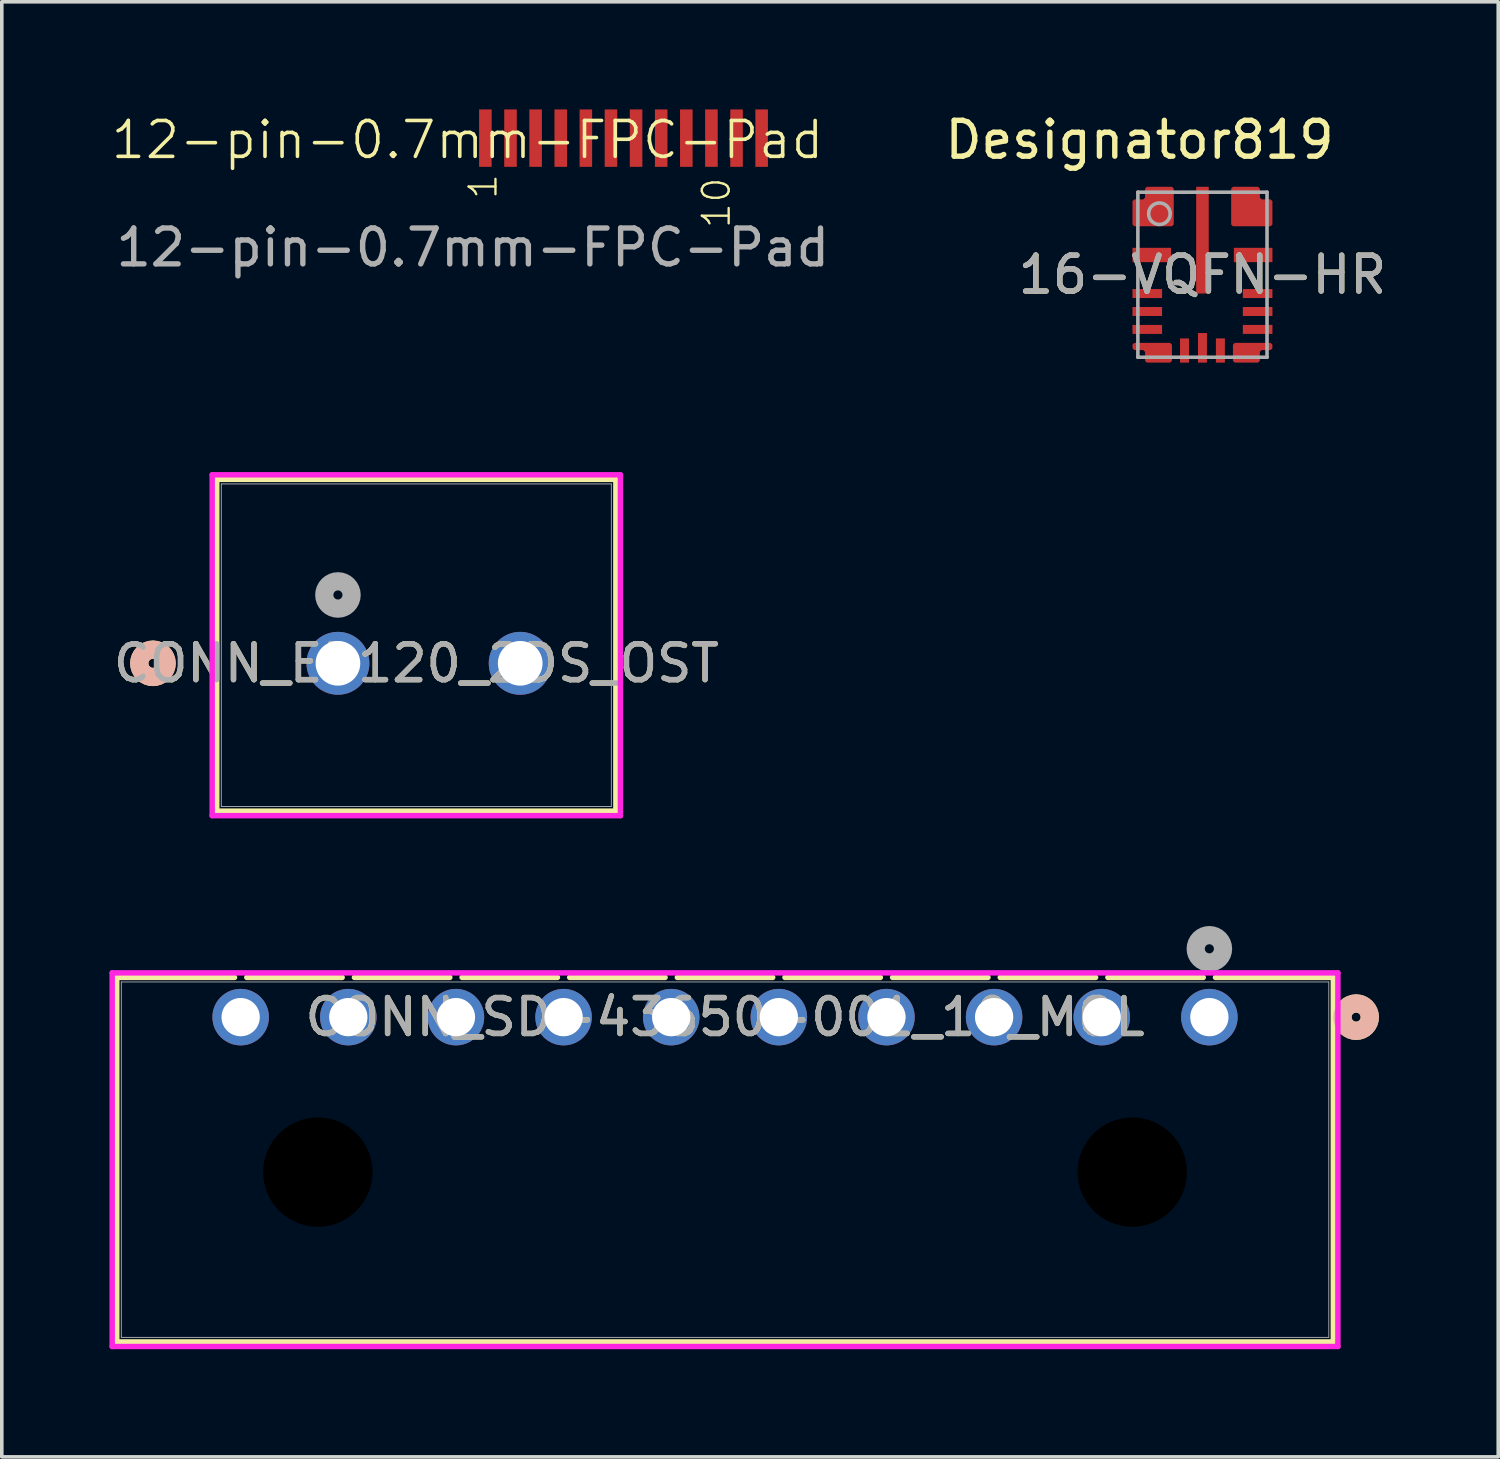
<source format=kicad_pcb>
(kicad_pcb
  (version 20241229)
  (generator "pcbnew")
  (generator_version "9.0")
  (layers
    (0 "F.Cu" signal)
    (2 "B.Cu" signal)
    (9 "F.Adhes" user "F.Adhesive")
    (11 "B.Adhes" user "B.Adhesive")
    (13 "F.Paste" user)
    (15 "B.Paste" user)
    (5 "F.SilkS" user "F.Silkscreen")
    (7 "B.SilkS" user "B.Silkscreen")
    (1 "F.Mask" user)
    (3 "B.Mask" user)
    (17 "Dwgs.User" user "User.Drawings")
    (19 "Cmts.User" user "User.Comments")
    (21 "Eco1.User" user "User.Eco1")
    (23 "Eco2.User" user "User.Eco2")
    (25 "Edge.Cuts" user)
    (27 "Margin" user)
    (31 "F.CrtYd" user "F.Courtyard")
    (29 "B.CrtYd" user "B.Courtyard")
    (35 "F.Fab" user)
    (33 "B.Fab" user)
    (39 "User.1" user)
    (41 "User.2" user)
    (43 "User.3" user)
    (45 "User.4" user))
  (footprint "CONN_ED120_2DS_OST"
    (layer "F.Cu")
    (at 6.369 15.438)
    (property "Reference" "CONN_ED120_2DS_OST" (at 2.184 0 0) (unlocked yes) (layer "F.SilkS") (effects (font (size 1 1) (thickness 0.15))))
    (attr through_hole)
    (fp_line (start -3.378 -5.127) (end -3.378 4.119) (stroke (width 0.152) (type solid)) (layer "F.SilkS"))
    (fp_line (start -3.378 4.119) (end 7.747 4.119) (stroke (width 0.152) (type solid)) (layer "F.SilkS"))
    (fp_line (start 7.747 -5.127) (end -3.378 -5.127) (stroke (width 0.152) (type solid)) (layer "F.SilkS"))
    (fp_line (start 7.747 4.119) (end 7.747 -5.127) (stroke (width 0.152) (type solid)) (layer "F.SilkS"))
    (fp_circle (center -5.156 0) (end -4.775 0) (stroke (width 0.508) (type solid)) (fill no) (layer "F.SilkS"))
    (fp_circle (center -5.156 0) (end -4.775 0) (stroke (width 0.508) (type solid)) (fill no) (layer "B.SilkS"))
    (fp_line (start -3.505 -5.254) (end -3.505 4.246) (stroke (width 0.152) (type solid)) (layer "F.CrtYd"))
    (fp_line (start -3.505 4.246) (end 7.874 4.246) (stroke (width 0.152) (type solid)) (layer "F.CrtYd"))
    (fp_line (start 7.874 -5.254) (end -3.505 -5.254) (stroke (width 0.152) (type solid)) (layer "F.CrtYd"))
    (fp_line (start 7.874 4.246) (end 7.874 -5.254) (stroke (width 0.152) (type solid)) (layer "F.CrtYd"))
    (fp_line (start -3.251 -5) (end -3.251 3.992) (stroke (width 0.025) (type solid)) (layer "F.Fab"))
    (fp_line (start -3.251 3.992) (end 7.62 3.992) (stroke (width 0.025) (type solid)) (layer "F.Fab"))
    (fp_line (start 7.62 -5) (end -3.251 -5) (stroke (width 0.025) (type solid)) (layer "F.Fab"))
    (fp_line (start 7.62 3.992) (end 7.62 -5) (stroke (width 0.025) (type solid)) (layer "F.Fab"))
    (fp_circle (center 0 -1.905) (end 0.381 -1.905) (stroke (width 0.508) (type solid)) (fill no) (layer "F.Fab"))
    (fp_text user "${REFERENCE}" (at 2.184 0 0) (unlocked yes) (layer "F.Fab") (effects (font (size 1 1) (thickness 0.15))))
    (pad "1" thru_hole circle (at 0 0) (size 1.753 1.753) (drill 1.245) (layers "*.Cu" "*.Mask"))
    (pad "2" thru_hole circle (at 5.08 0) (size 1.753 1.753) (drill 1.245) (layers "*.Cu" "*.Mask")))
  (footprint "12-pin-0.7mm-FPC-Pad"
    (layer "F.Cu")
    (at 14.329 0.8)
    (property "Reference" "12-pin-0.7mm-FPC-Pad" (at -4.35 0.05 0) (unlocked yes) (layer "F.SilkS") (effects (font (size 1 1) (thickness 0.1))))
    (attr smd)
    (fp_text user "10" (at 2.15 1.05 90) (unlocked yes) (layer "F.SilkS") (effects (font (size 0.748 0.748) (thickness 0.065)) (justify right top)))
    (fp_text user "1" (at -4.35 0.95 90) (unlocked yes) (layer "F.SilkS") (effects (font (size 0.748 0.748) (thickness 0.065)) (justify right top)))
    (fp_text user "${REFERENCE}" (at -4.2 3.05 0) (unlocked yes) (layer "F.Fab") (effects (font (size 1 1) (thickness 0.15))))
    (pad "1" smd rect (at -3.85 0 90) (size 1.6 0.35) (layers "F.Cu" "F.Mask" "F.Paste"))
    (pad "2" smd rect (at -3.15 0 90) (size 1.6 0.35) (layers "F.Cu" "F.Mask" "F.Paste"))
    (pad "3" smd rect (at -2.45 0 90) (size 1.6 0.35) (layers "F.Cu" "F.Mask" "F.Paste"))
    (pad "4" smd rect (at -1.75 0 90) (size 1.6 0.35) (layers "F.Cu" "F.Mask" "F.Paste"))
    (pad "5" smd rect (at -1.05 0 90) (size 1.6 0.35) (layers "F.Cu" "F.Mask" "F.Paste"))
    (pad "6" smd rect (at -0.35 0 90) (size 1.6 0.35) (layers "F.Cu" "F.Mask" "F.Paste"))
    (pad "7" smd rect (at 0.35 0 90) (size 1.6 0.35) (layers "F.Cu" "F.Mask" "F.Paste"))
    (pad "8" smd rect (at 1.05 0 90) (size 1.6 0.35) (layers "F.Cu" "F.Mask" "F.Paste"))
    (pad "9" smd rect (at 1.75 0 90) (size 1.6 0.35) (layers "F.Cu" "F.Mask" "F.Paste"))
    (pad "10" smd rect (at 2.45 0 90) (size 1.6 0.35) (layers "F.Cu" "F.Mask" "F.Paste"))
    (pad "11" smd rect (at 3.15 0 90) (size 1.6 0.35) (layers "F.Cu" "F.Mask" "F.Paste"))
    (pad "12" smd rect (at 3.85 0 90) (size 1.6 0.35) (layers "F.Cu" "F.Mask" "F.Paste")))
  (footprint "16-VQFN-HR"
    (layer "F.Cu")
    (at 30.465 4.607)
    (property "Reference" "16-VQFN-HR" (at 0 0 0) (unlocked yes) (layer "F.SilkS") (effects (font (size 1 1) (thickness 0.15))))
    (attr smd)
    (fp_poly (pts (xy -1.95 -1.4) (xy -1.95 -2.05) (xy -1.9 -2.1) (xy -1.65 -2.1) (xy -1.6 -2.15) (xy -1.6 -2.4) (xy -1.55 -2.45) (xy -0.85 -2.45) (xy -0.8 -2.4) (xy -0.8 -1.4) (xy -0.85 -1.35) (xy -1.9 -1.35)) (stroke (width 0) (type solid)) (fill yes) (layer "F.Cu"))
    (fp_poly (pts (xy -1.95 2.05) (xy -1.9 2.1) (xy -1.65 2.1) (xy -1.6 2.15) (xy -1.6 2.4) (xy -1.55 2.45) (xy -0.9 2.45) (xy -0.85 2.4) (xy -0.85 1.95) (xy -0.9 1.9) (xy -1.9 1.9) (xy -1.95 1.95)) (stroke (width 0) (type solid)) (fill yes) (layer "F.Cu"))
    (fp_poly (pts (xy 1.95 -1.4) (xy 1.95 -2.05) (xy 1.9 -2.1) (xy 1.65 -2.1) (xy 1.6 -2.15) (xy 1.6 -2.4) (xy 1.55 -2.45) (xy 0.85 -2.45) (xy 0.8 -2.4) (xy 0.8 -1.4) (xy 0.85 -1.35) (xy 1.9 -1.35)) (stroke (width 0) (type solid)) (fill yes) (layer "F.Cu"))
    (fp_poly (pts (xy 1.95 2.05) (xy 1.9 2.1) (xy 1.65 2.1) (xy 1.6 2.15) (xy 1.6 2.4) (xy 1.55 2.45) (xy 0.9 2.45) (xy 0.85 2.4) (xy 0.85 1.95) (xy 0.9 1.9) (xy 1.9 1.9) (xy 1.95 1.95)) (stroke (width 0) (type solid)) (fill yes) (layer "F.Cu"))
    (fp_poly (pts (xy -2.001 2.05) (xy -2.001 1.95) (xy -2 1.94) (xy -1.997 1.931) (xy -1.992 1.922) (xy -1.986 1.914) (xy -1.936 1.864) (xy -1.928 1.858) (xy -1.919 1.853) (xy -1.91 1.85) (xy -1.9 1.849) (xy -0.9 1.849) (xy -0.89 1.85) (xy -0.881 1.853) (xy -0.872 1.858) (xy -0.864 1.864) (xy -0.814 1.914) (xy -0.808 1.922) (xy -0.803 1.931) (xy -0.8 1.94) (xy -0.799 1.95) (xy -0.799 2.4) (xy -0.8 2.41) (xy -0.803 2.419) (xy -0.808 2.428) (xy -0.814 2.436) (xy -0.864 2.486) (xy -0.872 2.492) (xy -0.881 2.497) (xy -0.89 2.5) (xy -0.9 2.501) (xy -1.55 2.501) (xy -1.56 2.5) (xy -1.569 2.497) (xy -1.578 2.492) (xy -1.586 2.486) (xy -1.636 2.436) (xy -1.642 2.428) (xy -1.647 2.419) (xy -1.65 2.41) (xy -1.651 2.4) (xy -1.651 2.171) (xy -1.671 2.151) (xy -1.9 2.151) (xy -1.91 2.15) (xy -1.919 2.147) (xy -1.928 2.142) (xy -1.936 2.136) (xy -1.986 2.086) (xy -1.992 2.078) (xy -1.997 2.069) (xy -2 2.06)) (stroke (width 0) (type solid)) (fill yes) (layer "F.Mask"))
    (fp_poly (pts (xy -1.986 -1.364) (xy -1.992 -1.372) (xy -1.997 -1.381) (xy -2 -1.39) (xy -2.001 -1.4) (xy -2.001 -2.05) (xy -2 -2.06) (xy -1.997 -2.069) (xy -1.992 -2.078) (xy -1.986 -2.086) (xy -1.936 -2.136) (xy -1.928 -2.142) (xy -1.919 -2.147) (xy -1.91 -2.15) (xy -1.9 -2.151) (xy -1.671 -2.151) (xy -1.651 -2.171) (xy -1.651 -2.4) (xy -1.65 -2.41) (xy -1.647 -2.419) (xy -1.642 -2.428) (xy -1.636 -2.436) (xy -1.586 -2.486) (xy -1.578 -2.492) (xy -1.569 -2.497) (xy -1.56 -2.5) (xy -1.55 -2.501) (xy -0.85 -2.501) (xy -0.84 -2.5) (xy -0.831 -2.497) (xy -0.822 -2.492) (xy -0.814 -2.486) (xy -0.764 -2.436) (xy -0.758 -2.428) (xy -0.753 -2.419) (xy -0.75 -2.41) (xy -0.749 -2.4) (xy -0.749 -1.4) (xy -0.75 -1.39) (xy -0.753 -1.381) (xy -0.758 -1.372) (xy -0.764 -1.364) (xy -0.814 -1.314) (xy -0.822 -1.308) (xy -0.831 -1.303) (xy -0.84 -1.3) (xy -0.85 -1.299) (xy -1.9 -1.299) (xy -1.91 -1.3) (xy -1.919 -1.303) (xy -1.928 -1.308) (xy -1.936 -1.314)) (stroke (width 0) (type solid)) (fill yes) (layer "F.Mask"))
    (fp_poly (pts (xy 1.986 -1.364) (xy 1.936 -1.314) (xy 1.928 -1.308) (xy 1.919 -1.303) (xy 1.91 -1.3) (xy 1.9 -1.299) (xy 0.85 -1.299) (xy 0.84 -1.3) (xy 0.831 -1.303) (xy 0.822 -1.308) (xy 0.814 -1.314) (xy 0.764 -1.364) (xy 0.758 -1.372) (xy 0.753 -1.381) (xy 0.75 -1.39) (xy 0.749 -1.4) (xy 0.749 -2.4) (xy 0.75 -2.41) (xy 0.753 -2.419) (xy 0.758 -2.428) (xy 0.764 -2.436) (xy 0.814 -2.486) (xy 0.822 -2.492) (xy 0.831 -2.497) (xy 0.84 -2.5) (xy 0.85 -2.501) (xy 1.55 -2.501) (xy 1.56 -2.5) (xy 1.569 -2.497) (xy 1.578 -2.492) (xy 1.586 -2.486) (xy 1.636 -2.436) (xy 1.642 -2.428) (xy 1.647 -2.419) (xy 1.65 -2.41) (xy 1.651 -2.4) (xy 1.651 -2.171) (xy 1.671 -2.151) (xy 1.9 -2.151) (xy 1.91 -2.15) (xy 1.919 -2.147) (xy 1.928 -2.142) (xy 1.936 -2.136) (xy 1.986 -2.086) (xy 1.992 -2.078) (xy 1.997 -2.069) (xy 2 -2.06) (xy 2.001 -2.05) (xy 2.001 -1.4) (xy 2 -1.39) (xy 1.997 -1.381) (xy 1.992 -1.372)) (stroke (width 0) (type solid)) (fill yes) (layer "F.Mask"))
    (fp_poly (pts (xy 2.001 2.05) (xy 2 2.06) (xy 1.997 2.069) (xy 1.992 2.078) (xy 1.986 2.086) (xy 1.936 2.136) (xy 1.928 2.142) (xy 1.919 2.147) (xy 1.91 2.15) (xy 1.9 2.151) (xy 1.671 2.151) (xy 1.651 2.171) (xy 1.651 2.4) (xy 1.65 2.41) (xy 1.647 2.419) (xy 1.642 2.428) (xy 1.636 2.436) (xy 1.586 2.486) (xy 1.578 2.492) (xy 1.569 2.497) (xy 1.56 2.5) (xy 1.55 2.501) (xy 0.9 2.501) (xy 0.89 2.5) (xy 0.881 2.497) (xy 0.872 2.492) (xy 0.864 2.486) (xy 0.814 2.436) (xy 0.808 2.428) (xy 0.803 2.419) (xy 0.8 2.41) (xy 0.799 2.4) (xy 0.799 1.95) (xy 0.8 1.94) (xy 0.803 1.931) (xy 0.808 1.922) (xy 0.814 1.914) (xy 0.864 1.864) (xy 0.872 1.858) (xy 0.881 1.853) (xy 0.89 1.85) (xy 0.9 1.849) (xy 1.9 1.849) (xy 1.91 1.85) (xy 1.919 1.853) (xy 1.928 1.858) (xy 1.936 1.864) (xy 1.986 1.914) (xy 1.992 1.922) (xy 1.997 1.931) (xy 2 1.94) (xy 2.001 1.95)) (stroke (width 0) (type solid)) (fill yes) (layer "F.Mask"))
    (fp_poly (pts (xy -0.85 2.35) (xy -0.9 2.4) (xy -1.52 2.4) (xy -1.57 2.35) (xy -1.57 2.15) (xy -1.62 2.1) (xy -1.9 2.1) (xy -1.95 2.05) (xy -1.95 1.95) (xy -1.9 1.9) (xy -0.9 1.9) (xy -0.85 1.95)) (stroke (width 0) (type solid)) (fill yes) (layer "F.Paste"))
    (fp_poly (pts (xy -0.8 -1.4) (xy -0.8 -2.34) (xy -0.85 -2.39) (xy -1.49 -2.39) (xy -1.54 -2.34) (xy -1.54 -2.09) (xy -1.59 -2.04) (xy -1.79 -2.04) (xy -1.84 -1.99) (xy -1.84 -1.4) (xy -1.79 -1.35) (xy -0.85 -1.35)) (stroke (width 0) (type solid)) (fill yes) (layer "F.Paste"))
    (fp_poly (pts (xy 0.8 -1.4) (xy 0.8 -2.34) (xy 0.85 -2.39) (xy 1.49 -2.39) (xy 1.54 -2.34) (xy 1.54 -2.09) (xy 1.59 -2.04) (xy 1.79 -2.04) (xy 1.84 -1.99) (xy 1.84 -1.4) (xy 1.79 -1.35) (xy 0.85 -1.35)) (stroke (width 0) (type solid)) (fill yes) (layer "F.Paste"))
    (fp_poly (pts (xy 0.85 2.35) (xy 0.9 2.4) (xy 1.52 2.4) (xy 1.57 2.35) (xy 1.57 2.15) (xy 1.62 2.1) (xy 1.9 2.1) (xy 1.95 2.05) (xy 1.95 1.95) (xy 1.9 1.9) (xy 0.9 1.9) (xy 0.85 1.95)) (stroke (width 0) (type solid)) (fill yes) (layer "F.Paste"))
    (fp_line (start -1.8 -2.3) (end 1.8 -2.3) (stroke (width 0.1) (type solid)) (layer "F.Fab"))
    (fp_line (start -1.8 2.3) (end -1.8 -2.3) (stroke (width 0.1) (type solid)) (layer "F.Fab"))
    (fp_line (start -1.8 2.3) (end 1.8 2.3) (stroke (width 0.1) (type solid)) (layer "F.Fab"))
    (fp_line (start 1.8 2.3) (end 1.8 -2.3) (stroke (width 0.1) (type solid)) (layer "F.Fab"))
    (fp_circle (center -1.2 -1.7) (end -0.9 -1.7) (stroke (width 0.1) (type solid)) (fill no) (layer "F.Fab"))
    (fp_text user "Designator819" (at -1.753 -3.759 0) (unlocked yes) (layer "F.SilkS") (effects (font (size 1 1) (thickness 0.15))))
    (fp_text user "${REFERENCE}" (at 0 0 0) (unlocked yes) (layer "F.Fab") (effects (font (size 1 1) (thickness 0.15))))
    (pad "1" smd rect (at -1.375 -1.9) (size 0.25 0.25) (layers "F.Cu" "F.Mask"))
    (pad "2" smd rect (at -1.413 -0.55) (size 1.075 0.4) (layers "F.Cu" "F.Mask" "F.Paste"))
    (pad "3" smd rect (at -1.538 0.525) (size 0.825 0.25) (layers "F.Cu" "F.Mask" "F.Paste"))
    (pad "4" smd rect (at -1.538 1.025) (size 0.825 0.25) (layers "F.Cu" "F.Mask" "F.Paste"))
    (pad "5" smd rect (at -1.538 1.525) (size 0.825 0.25) (layers "F.Cu" "F.Mask" "F.Paste"))
    (pad "6" smd rect (at -1.4 2.175) (size 0.25 0.25) (layers "F.Cu" "F.Mask"))
    (pad "7" smd rect (at -0.5 2.113 90) (size 0.675 0.25) (layers "F.Cu" "F.Mask" "F.Paste"))
    (pad "8" smd rect (at 0 2.038 90) (size 0.825 0.25) (layers "F.Cu" "F.Mask" "F.Paste"))
    (pad "9" smd rect (at 0.5 2.113 90) (size 0.675 0.25) (layers "F.Cu" "F.Mask" "F.Paste"))
    (pad "10" smd rect (at 1.4 2.175) (size 0.25 0.25) (layers "F.Cu" "F.Mask"))
    (pad "11" smd rect (at 1.538 1.525) (size 0.825 0.25) (layers "F.Cu" "F.Mask" "F.Paste"))
    (pad "12" smd rect (at 1.538 1.025) (size 0.825 0.25) (layers "F.Cu" "F.Mask" "F.Paste"))
    (pad "13" smd rect (at 1.538 0.525) (size 0.825 0.25) (layers "F.Cu" "F.Mask" "F.Paste"))
    (pad "14" smd rect (at 1.413 -0.55) (size 1.075 0.4) (layers "F.Cu" "F.Mask" "F.Paste"))
    (pad "15" smd rect (at 1.375 -1.9) (size 0.25 0.25) (layers "F.Cu" "F.Mask"))
    (pad "16" smd rect (at 0 -0.963 90) (size 2.975 0.35) (layers "F.Cu" "F.Mask" "F.Paste")))
  (footprint "CONN_SD-43650-001_10_MOL"
    (layer "F.Cu")
    (at 30.658 25.3)
    (property "Reference" "CONN_SD-43650-001_10_MOL" (at -13.5 0 0) (unlocked yes) (layer "F.SilkS") (effects (font (size 1 1) (thickness 0.15))))
    (attr through_hole)
    (fp_line (start -30.454 -1.107) (end -30.454 9.053) (stroke (width 0.152) (type solid)) (layer "F.SilkS"))
    (fp_line (start -30.454 9.053) (end 3.455 9.053) (stroke (width 0.152) (type solid)) (layer "F.SilkS"))
    (fp_line (start -27.171 -1.107) (end -30.454 -1.107) (stroke (width 0.152) (type solid)) (layer "F.SilkS"))
    (fp_line (start -24.171 -1.107) (end -26.829 -1.107) (stroke (width 0.152) (type solid)) (layer "F.SilkS"))
    (fp_line (start -21.171 -1.107) (end -23.829 -1.107) (stroke (width 0.152) (type solid)) (layer "F.SilkS"))
    (fp_line (start -18.171 -1.107) (end -20.829 -1.107) (stroke (width 0.152) (type solid)) (layer "F.SilkS"))
    (fp_line (start -15.171 -1.107) (end -17.829 -1.107) (stroke (width 0.152) (type solid)) (layer "F.SilkS"))
    (fp_line (start -12.171 -1.107) (end -14.829 -1.107) (stroke (width 0.152) (type solid)) (layer "F.SilkS"))
    (fp_line (start -9.171 -1.107) (end -11.829 -1.107) (stroke (width 0.152) (type solid)) (layer "F.SilkS"))
    (fp_line (start -6.171 -1.107) (end -8.829 -1.107) (stroke (width 0.152) (type solid)) (layer "F.SilkS"))
    (fp_line (start -3.171 -1.107) (end -5.829 -1.107) (stroke (width 0.152) (type solid)) (layer "F.SilkS"))
    (fp_line (start -0.171 -1.107) (end -2.829 -1.107) (stroke (width 0.152) (type solid)) (layer "F.SilkS"))
    (fp_line (start 3.455 -1.107) (end 0.171 -1.107) (stroke (width 0.152) (type solid)) (layer "F.SilkS"))
    (fp_line (start 3.455 9.053) (end 3.455 -1.107) (stroke (width 0.152) (type solid)) (layer "F.SilkS"))
    (fp_circle (center 4.09 0) (end 4.471 0) (stroke (width 0.508) (type solid)) (fill no) (layer "F.SilkS"))
    (fp_circle (center 4.09 0) (end 4.471 0) (stroke (width 0.508) (type solid)) (fill no) (layer "B.SilkS"))
    (fp_line (start -30.581 -1.234) (end -30.581 9.18) (stroke (width 0.152) (type solid)) (layer "F.CrtYd"))
    (fp_line (start -30.581 9.18) (end 3.582 9.18) (stroke (width 0.152) (type solid)) (layer "F.CrtYd"))
    (fp_line (start 3.582 -1.234) (end -30.581 -1.234) (stroke (width 0.152) (type solid)) (layer "F.CrtYd"))
    (fp_line (start 3.582 9.18) (end 3.582 -1.234) (stroke (width 0.152) (type solid)) (layer "F.CrtYd"))
    (fp_line (start -30.327 -0.98) (end -30.327 8.926) (stroke (width 0.025) (type solid)) (layer "F.Fab"))
    (fp_line (start -30.327 8.926) (end 3.328 8.926) (stroke (width 0.025) (type solid)) (layer "F.Fab"))
    (fp_line (start 3.328 -0.98) (end -30.327 -0.98) (stroke (width 0.025) (type solid)) (layer "F.Fab"))
    (fp_line (start 3.328 8.926) (end 3.328 -0.98) (stroke (width 0.025) (type solid)) (layer "F.Fab"))
    (fp_circle (center 0 -1.905) (end 0.381 -1.905) (stroke (width 0.508) (type solid)) (fill no) (layer "F.Fab"))
    (fp_text user "${REFERENCE}" (at -13.5 0 0) (unlocked yes) (layer "F.Fab") (effects (font (size 1 1) (thickness 0.15))))
    (pad "" np_thru_hole circle (at -24.85 4.32) (size 3.048 3.048) (drill 3.048) (layers))
    (pad "" np_thru_hole circle (at -2.15 4.32) (size 3.048 3.048) (drill 3.048) (layers))
    (pad "1" thru_hole circle (at 0 0) (size 1.575 1.575) (drill 1.067) (layers "*.Cu" "*.Mask"))
    (pad "2" thru_hole circle (at -3 0) (size 1.575 1.575) (drill 1.067) (layers "*.Cu" "*.Mask"))
    (pad "3" thru_hole circle (at -6 0) (size 1.575 1.575) (drill 1.067) (layers "*.Cu" "*.Mask"))
    (pad "4" thru_hole circle (at -9 0) (size 1.575 1.575) (drill 1.067) (layers "*.Cu" "*.Mask"))
    (pad "5" thru_hole circle (at -12 0) (size 1.575 1.575) (drill 1.067) (layers "*.Cu" "*.Mask"))
    (pad "6" thru_hole circle (at -15 0) (size 1.575 1.575) (drill 1.067) (layers "*.Cu" "*.Mask"))
    (pad "7" thru_hole circle (at -18 0) (size 1.575 1.575) (drill 1.067) (layers "*.Cu" "*.Mask"))
    (pad "8" thru_hole circle (at -21 0) (size 1.575 1.575) (drill 1.067) (layers "*.Cu" "*.Mask"))
    (pad "9" thru_hole circle (at -24 0) (size 1.575 1.575) (drill 1.067) (layers "*.Cu" "*.Mask"))
    (pad "10" thru_hole circle (at -27 0) (size 1.575 1.575) (drill 1.067) (layers "*.Cu" "*.Mask")))
  (gr_rect
    (start -3 -3)
    (end 38.709 37.556)
    (stroke (width 0.1) (type default))
    (fill no)
    (layer "Edge.Cuts")))
</source>
